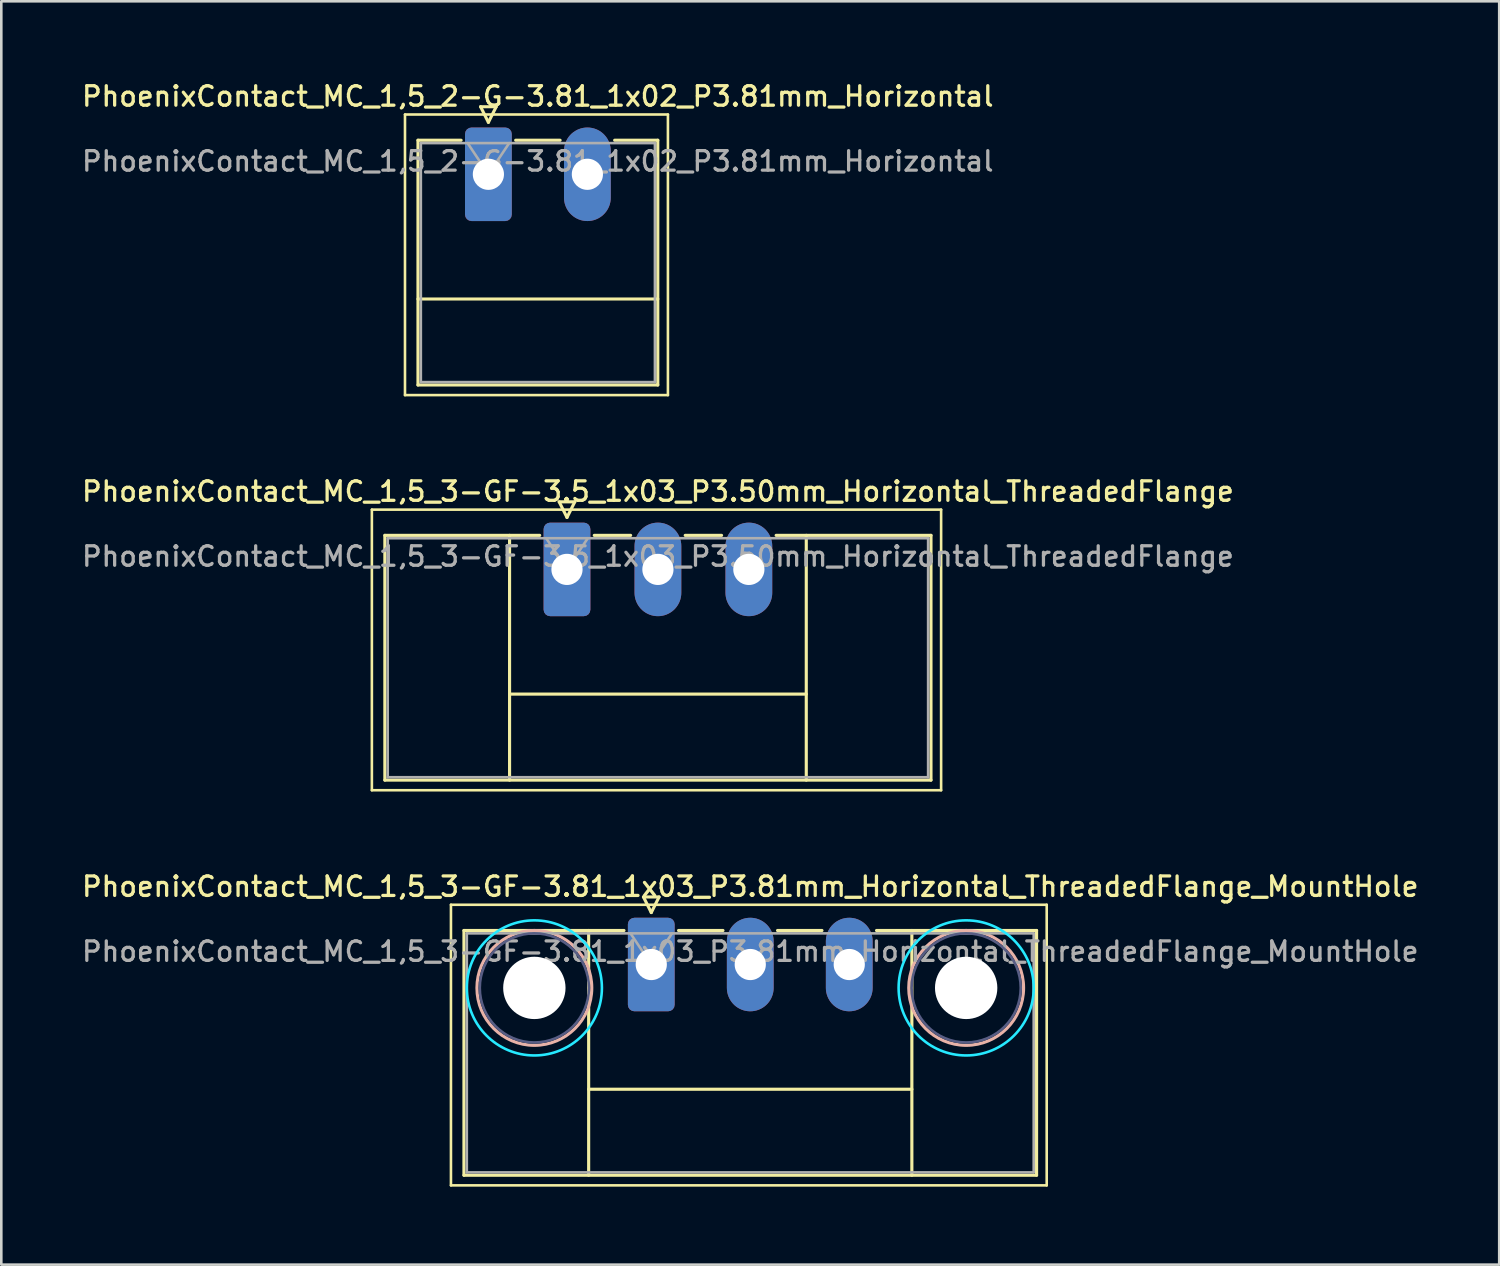
<source format=kicad_pcb>
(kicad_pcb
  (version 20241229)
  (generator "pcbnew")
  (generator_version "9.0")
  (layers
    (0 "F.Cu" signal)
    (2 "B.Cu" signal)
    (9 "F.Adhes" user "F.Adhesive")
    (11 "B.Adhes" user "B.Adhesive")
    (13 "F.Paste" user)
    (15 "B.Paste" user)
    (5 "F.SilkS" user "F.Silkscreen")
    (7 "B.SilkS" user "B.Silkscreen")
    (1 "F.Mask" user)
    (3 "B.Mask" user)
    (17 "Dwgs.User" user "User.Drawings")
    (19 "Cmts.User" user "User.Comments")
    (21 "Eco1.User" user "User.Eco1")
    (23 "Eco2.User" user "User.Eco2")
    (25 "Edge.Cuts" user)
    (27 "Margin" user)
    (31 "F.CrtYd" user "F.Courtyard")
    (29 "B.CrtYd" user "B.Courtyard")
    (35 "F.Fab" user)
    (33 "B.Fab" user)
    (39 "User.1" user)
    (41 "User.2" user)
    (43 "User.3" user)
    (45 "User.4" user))
  (footprint "PhoenixContact_MC_1,5_3-GF-3.5_1x03_P3.50mm_Horizontal_ThreadedFlange"
    (layer "F.Cu")
    (at 18.773 18.866)
    (property "Reference" "PhoenixContact_MC_1,5_3-GF-3.5_1x03_P3.50mm_Horizontal_ThreadedFlange" (at 3.5 -3 0) (layer "F.SilkS") (effects (font (size 0.75 0.75) (thickness 0.125))))
    (attr through_hole)
    (fp_line (start -7.51 -2.3) (end -7.51 8.5) (stroke (width 0.1) (type solid)) (layer "F.SilkS"))
    (fp_line (start -7.51 8.5) (end 14.4 8.5) (stroke (width 0.1) (type solid)) (layer "F.SilkS"))
    (fp_line (start -7.01 -1.31) (end -7.01 8.11) (stroke (width 0.12) (type solid)) (layer "F.SilkS"))
    (fp_line (start -7.01 -1.31) (end -1.05 -1.31) (stroke (width 0.12) (type solid)) (layer "F.SilkS"))
    (fp_line (start -7.01 8.11) (end 14.01 8.11) (stroke (width 0.12) (type solid)) (layer "F.SilkS"))
    (fp_line (start -2.21 -1.31) (end -2.21 8.11) (stroke (width 0.12) (type solid)) (layer "F.SilkS"))
    (fp_line (start -2.21 4.8) (end 9.21 4.8) (stroke (width 0.12) (type solid)) (layer "F.SilkS"))
    (fp_line (start -0.3 -2.6) (end 0.3 -2.6) (stroke (width 0.12) (type solid)) (layer "F.SilkS"))
    (fp_line (start 0 -2) (end -0.3 -2.6) (stroke (width 0.12) (type solid)) (layer "F.SilkS"))
    (fp_line (start 0.3 -2.6) (end 0 -2) (stroke (width 0.12) (type solid)) (layer "F.SilkS"))
    (fp_line (start 1.05 -1.31) (end 2.45 -1.31) (stroke (width 0.12) (type solid)) (layer "F.SilkS"))
    (fp_line (start 4.55 -1.31) (end 5.95 -1.31) (stroke (width 0.12) (type solid)) (layer "F.SilkS"))
    (fp_line (start 9.21 -1.31) (end 9.21 8.11) (stroke (width 0.12) (type solid)) (layer "F.SilkS"))
    (fp_line (start 14.01 -1.31) (end 8.05 -1.31) (stroke (width 0.12) (type solid)) (layer "F.SilkS"))
    (fp_line (start 14.01 8.11) (end 14.01 -1.31) (stroke (width 0.12) (type solid)) (layer "F.SilkS"))
    (fp_line (start 14.4 -2.3) (end -7.51 -2.3) (stroke (width 0.1) (type solid)) (layer "F.SilkS"))
    (fp_line (start 14.4 8.5) (end 14.4 -2.3) (stroke (width 0.1) (type solid)) (layer "F.SilkS"))
    (fp_line (start -6.9 -1.2) (end -6.9 8) (stroke (width 0.1) (type solid)) (layer "F.Fab"))
    (fp_line (start -6.9 8) (end 13.9 8) (stroke (width 0.1) (type solid)) (layer "F.Fab"))
    (fp_line (start 0 0) (end -0.8 -1.2) (stroke (width 0.1) (type solid)) (layer "F.Fab"))
    (fp_line (start 0.8 -1.2) (end 0 0) (stroke (width 0.1) (type solid)) (layer "F.Fab"))
    (fp_line (start 13.9 -1.2) (end -6.9 -1.2) (stroke (width 0.1) (type solid)) (layer "F.Fab"))
    (fp_line (start 13.9 8) (end 13.9 -1.2) (stroke (width 0.1) (type solid)) (layer "F.Fab"))
    (fp_text user "${REFERENCE}" (at 3.5 -0.5 0) (layer "F.Fab") (effects (font (size 0.75 0.75) (thickness 0.125))))
    (pad "1" thru_hole roundrect (at 0 0) (size 1.8 3.6) (drill 1.2) (layers "*.Cu" "*.Mask") (roundrect_rratio 0.139))
    (pad "2" thru_hole oval (at 3.5 0) (size 1.8 3.6) (drill 1.2) (layers "*.Cu" "*.Mask"))
    (pad "3" thru_hole oval (at 7 0) (size 1.8 3.6) (drill 1.2) (layers "*.Cu" "*.Mask")))
  (footprint "PhoenixContact_MC_1,5_3-GF-3.81_1x03_P3.81mm_Horizontal_ThreadedFlange_MountHole"
    (layer "F.Cu")
    (at 22.017 34.074)
    (property "Reference" "PhoenixContact_MC_1,5_3-GF-3.81_1x03_P3.81mm_Horizontal_ThreadedFlange_MountHole" (at 3.81 -3 0) (layer "F.SilkS") (effects (font (size 0.75 0.75) (thickness 0.125))))
    (attr through_hole)
    (fp_line (start -7.71 -2.3) (end -7.71 8.5) (stroke (width 0.1) (type solid)) (layer "F.SilkS"))
    (fp_line (start -7.71 8.5) (end 15.22 8.5) (stroke (width 0.1) (type solid)) (layer "F.SilkS"))
    (fp_line (start -7.21 -1.31) (end -7.21 8.11) (stroke (width 0.12) (type solid)) (layer "F.SilkS"))
    (fp_line (start -7.21 -1.31) (end -1.05 -1.31) (stroke (width 0.12) (type solid)) (layer "F.SilkS"))
    (fp_line (start -7.21 8.11) (end 14.83 8.11) (stroke (width 0.12) (type solid)) (layer "F.SilkS"))
    (fp_line (start -2.41 -1.31) (end -2.41 8.11) (stroke (width 0.12) (type solid)) (layer "F.SilkS"))
    (fp_line (start -2.41 4.8) (end 10.03 4.8) (stroke (width 0.12) (type solid)) (layer "F.SilkS"))
    (fp_line (start -0.3 -2.6) (end 0.3 -2.6) (stroke (width 0.12) (type solid)) (layer "F.SilkS"))
    (fp_line (start 0 -2) (end -0.3 -2.6) (stroke (width 0.12) (type solid)) (layer "F.SilkS"))
    (fp_line (start 0.3 -2.6) (end 0 -2) (stroke (width 0.12) (type solid)) (layer "F.SilkS"))
    (fp_line (start 1.05 -1.31) (end 2.76 -1.31) (stroke (width 0.12) (type solid)) (layer "F.SilkS"))
    (fp_line (start 4.86 -1.31) (end 6.57 -1.31) (stroke (width 0.12) (type solid)) (layer "F.SilkS"))
    (fp_line (start 10.03 -1.31) (end 10.03 8.11) (stroke (width 0.12) (type solid)) (layer "F.SilkS"))
    (fp_line (start 14.83 -1.31) (end 8.67 -1.31) (stroke (width 0.12) (type solid)) (layer "F.SilkS"))
    (fp_line (start 14.83 8.11) (end 14.83 -1.31) (stroke (width 0.12) (type solid)) (layer "F.SilkS"))
    (fp_line (start 15.22 -2.3) (end -7.71 -2.3) (stroke (width 0.1) (type solid)) (layer "F.SilkS"))
    (fp_line (start 15.22 8.5) (end 15.22 -2.3) (stroke (width 0.1) (type solid)) (layer "F.SilkS"))
    (fp_circle (center -4.5 0.9) (end -2.29 0.9) (stroke (width 0.12) (type solid)) (fill no) (layer "B.SilkS"))
    (fp_circle (center 12.12 0.9) (end 14.33 0.9) (stroke (width 0.12) (type solid)) (fill no) (layer "B.SilkS"))
    (fp_circle (center -4.5 0.9) (end -1.9 0.9) (stroke (width 0.1) (type solid)) (fill no) (layer "B.CrtYd"))
    (fp_circle (center 12.12 0.9) (end 14.72 0.9) (stroke (width 0.1) (type solid)) (fill no) (layer "B.CrtYd"))
    (fp_circle (center -4.5 0.9) (end -2.4 0.9) (stroke (width 0.1) (type solid)) (fill no) (layer "B.Fab"))
    (fp_circle (center 12.12 0.9) (end 14.22 0.9) (stroke (width 0.1) (type solid)) (fill no) (layer "B.Fab"))
    (fp_line (start -7.1 -1.2) (end -7.1 8) (stroke (width 0.1) (type solid)) (layer "F.Fab"))
    (fp_line (start -7.1 8) (end 14.72 8) (stroke (width 0.1) (type solid)) (layer "F.Fab"))
    (fp_line (start 0 0) (end -0.8 -1.2) (stroke (width 0.1) (type solid)) (layer "F.Fab"))
    (fp_line (start 0.8 -1.2) (end 0 0) (stroke (width 0.1) (type solid)) (layer "F.Fab"))
    (fp_line (start 14.72 -1.2) (end -7.1 -1.2) (stroke (width 0.1) (type solid)) (layer "F.Fab"))
    (fp_line (start 14.72 8) (end 14.72 -1.2) (stroke (width 0.1) (type solid)) (layer "F.Fab"))
    (fp_text user "${REFERENCE}" (at 3.81 -0.5 0) (layer "F.Fab") (effects (font (size 0.75 0.75) (thickness 0.125))))
    (pad "" np_thru_hole circle (at -4.5 0.9) (size 2.4 2.4) (drill 2.4) (layers "*.Cu" "*.Mask"))
    (pad "" np_thru_hole circle (at 12.12 0.9) (size 2.4 2.4) (drill 2.4) (layers "*.Cu" "*.Mask"))
    (pad "1" thru_hole roundrect (at 0 0) (size 1.8 3.6) (drill 1.2) (layers "*.Cu" "*.Mask") (roundrect_rratio 0.139))
    (pad "2" thru_hole oval (at 3.81 0) (size 1.8 3.6) (drill 1.2) (layers "*.Cu" "*.Mask"))
    (pad "3" thru_hole oval (at 7.62 0) (size 1.8 3.6) (drill 1.2) (layers "*.Cu" "*.Mask")))
  (footprint "PhoenixContact_MC_1,5_2-G-3.81_1x02_P3.81mm_Horizontal"
    (layer "F.Cu")
    (at 15.748 3.658)
    (property "Reference" "PhoenixContact_MC_1,5_2-G-3.81_1x02_P3.81mm_Horizontal" (at 1.9 -3 0) (layer "F.SilkS") (effects (font (size 0.75 0.75) (thickness 0.125))))
    (attr through_hole)
    (fp_line (start -3.21 -2.3) (end -3.21 8.5) (stroke (width 0.1) (type solid)) (layer "F.SilkS"))
    (fp_line (start -3.21 8.5) (end 6.91 8.5) (stroke (width 0.1) (type solid)) (layer "F.SilkS"))
    (fp_line (start -2.71 -1.31) (end -2.71 8.11) (stroke (width 0.12) (type solid)) (layer "F.SilkS"))
    (fp_line (start -2.71 -1.31) (end -1.05 -1.31) (stroke (width 0.12) (type solid)) (layer "F.SilkS"))
    (fp_line (start -2.71 4.8) (end 6.52 4.8) (stroke (width 0.12) (type solid)) (layer "F.SilkS"))
    (fp_line (start -2.71 8.11) (end 6.52 8.11) (stroke (width 0.12) (type solid)) (layer "F.SilkS"))
    (fp_line (start -0.3 -2.6) (end 0.3 -2.6) (stroke (width 0.12) (type solid)) (layer "F.SilkS"))
    (fp_line (start 0 -2) (end -0.3 -2.6) (stroke (width 0.12) (type solid)) (layer "F.SilkS"))
    (fp_line (start 0.3 -2.6) (end 0 -2) (stroke (width 0.12) (type solid)) (layer "F.SilkS"))
    (fp_line (start 1.05 -1.31) (end 2.76 -1.31) (stroke (width 0.12) (type solid)) (layer "F.SilkS"))
    (fp_line (start 6.52 -1.31) (end 4.86 -1.31) (stroke (width 0.12) (type solid)) (layer "F.SilkS"))
    (fp_line (start 6.52 8.11) (end 6.52 -1.31) (stroke (width 0.12) (type solid)) (layer "F.SilkS"))
    (fp_line (start 6.91 -2.3) (end -3.21 -2.3) (stroke (width 0.1) (type solid)) (layer "F.SilkS"))
    (fp_line (start 6.91 8.5) (end 6.91 -2.3) (stroke (width 0.1) (type solid)) (layer "F.SilkS"))
    (fp_line (start -2.6 -1.2) (end -2.6 8) (stroke (width 0.1) (type solid)) (layer "F.Fab"))
    (fp_line (start -2.6 8) (end 6.41 8) (stroke (width 0.1) (type solid)) (layer "F.Fab"))
    (fp_line (start 0 0) (end -0.8 -1.2) (stroke (width 0.1) (type solid)) (layer "F.Fab"))
    (fp_line (start 0.8 -1.2) (end 0 0) (stroke (width 0.1) (type solid)) (layer "F.Fab"))
    (fp_line (start 6.41 -1.2) (end -2.6 -1.2) (stroke (width 0.1) (type solid)) (layer "F.Fab"))
    (fp_line (start 6.41 8) (end 6.41 -1.2) (stroke (width 0.1) (type solid)) (layer "F.Fab"))
    (fp_text user "${REFERENCE}" (at 1.9 -0.5 0) (layer "F.Fab") (effects (font (size 0.75 0.75) (thickness 0.125))))
    (pad "1" thru_hole roundrect (at 0 0) (size 1.8 3.6) (drill 1.2) (layers "*.Cu" "*.Mask") (roundrect_rratio 0.139))
    (pad "2" thru_hole oval (at 3.81 0) (size 1.8 3.6) (drill 1.2) (layers "*.Cu" "*.Mask")))
  (gr_rect
    (start -3 -3)
    (end 54.654 45.624)
    (stroke (width 0.1) (type default))
    (fill no)
    (layer "Edge.Cuts")))
</source>
